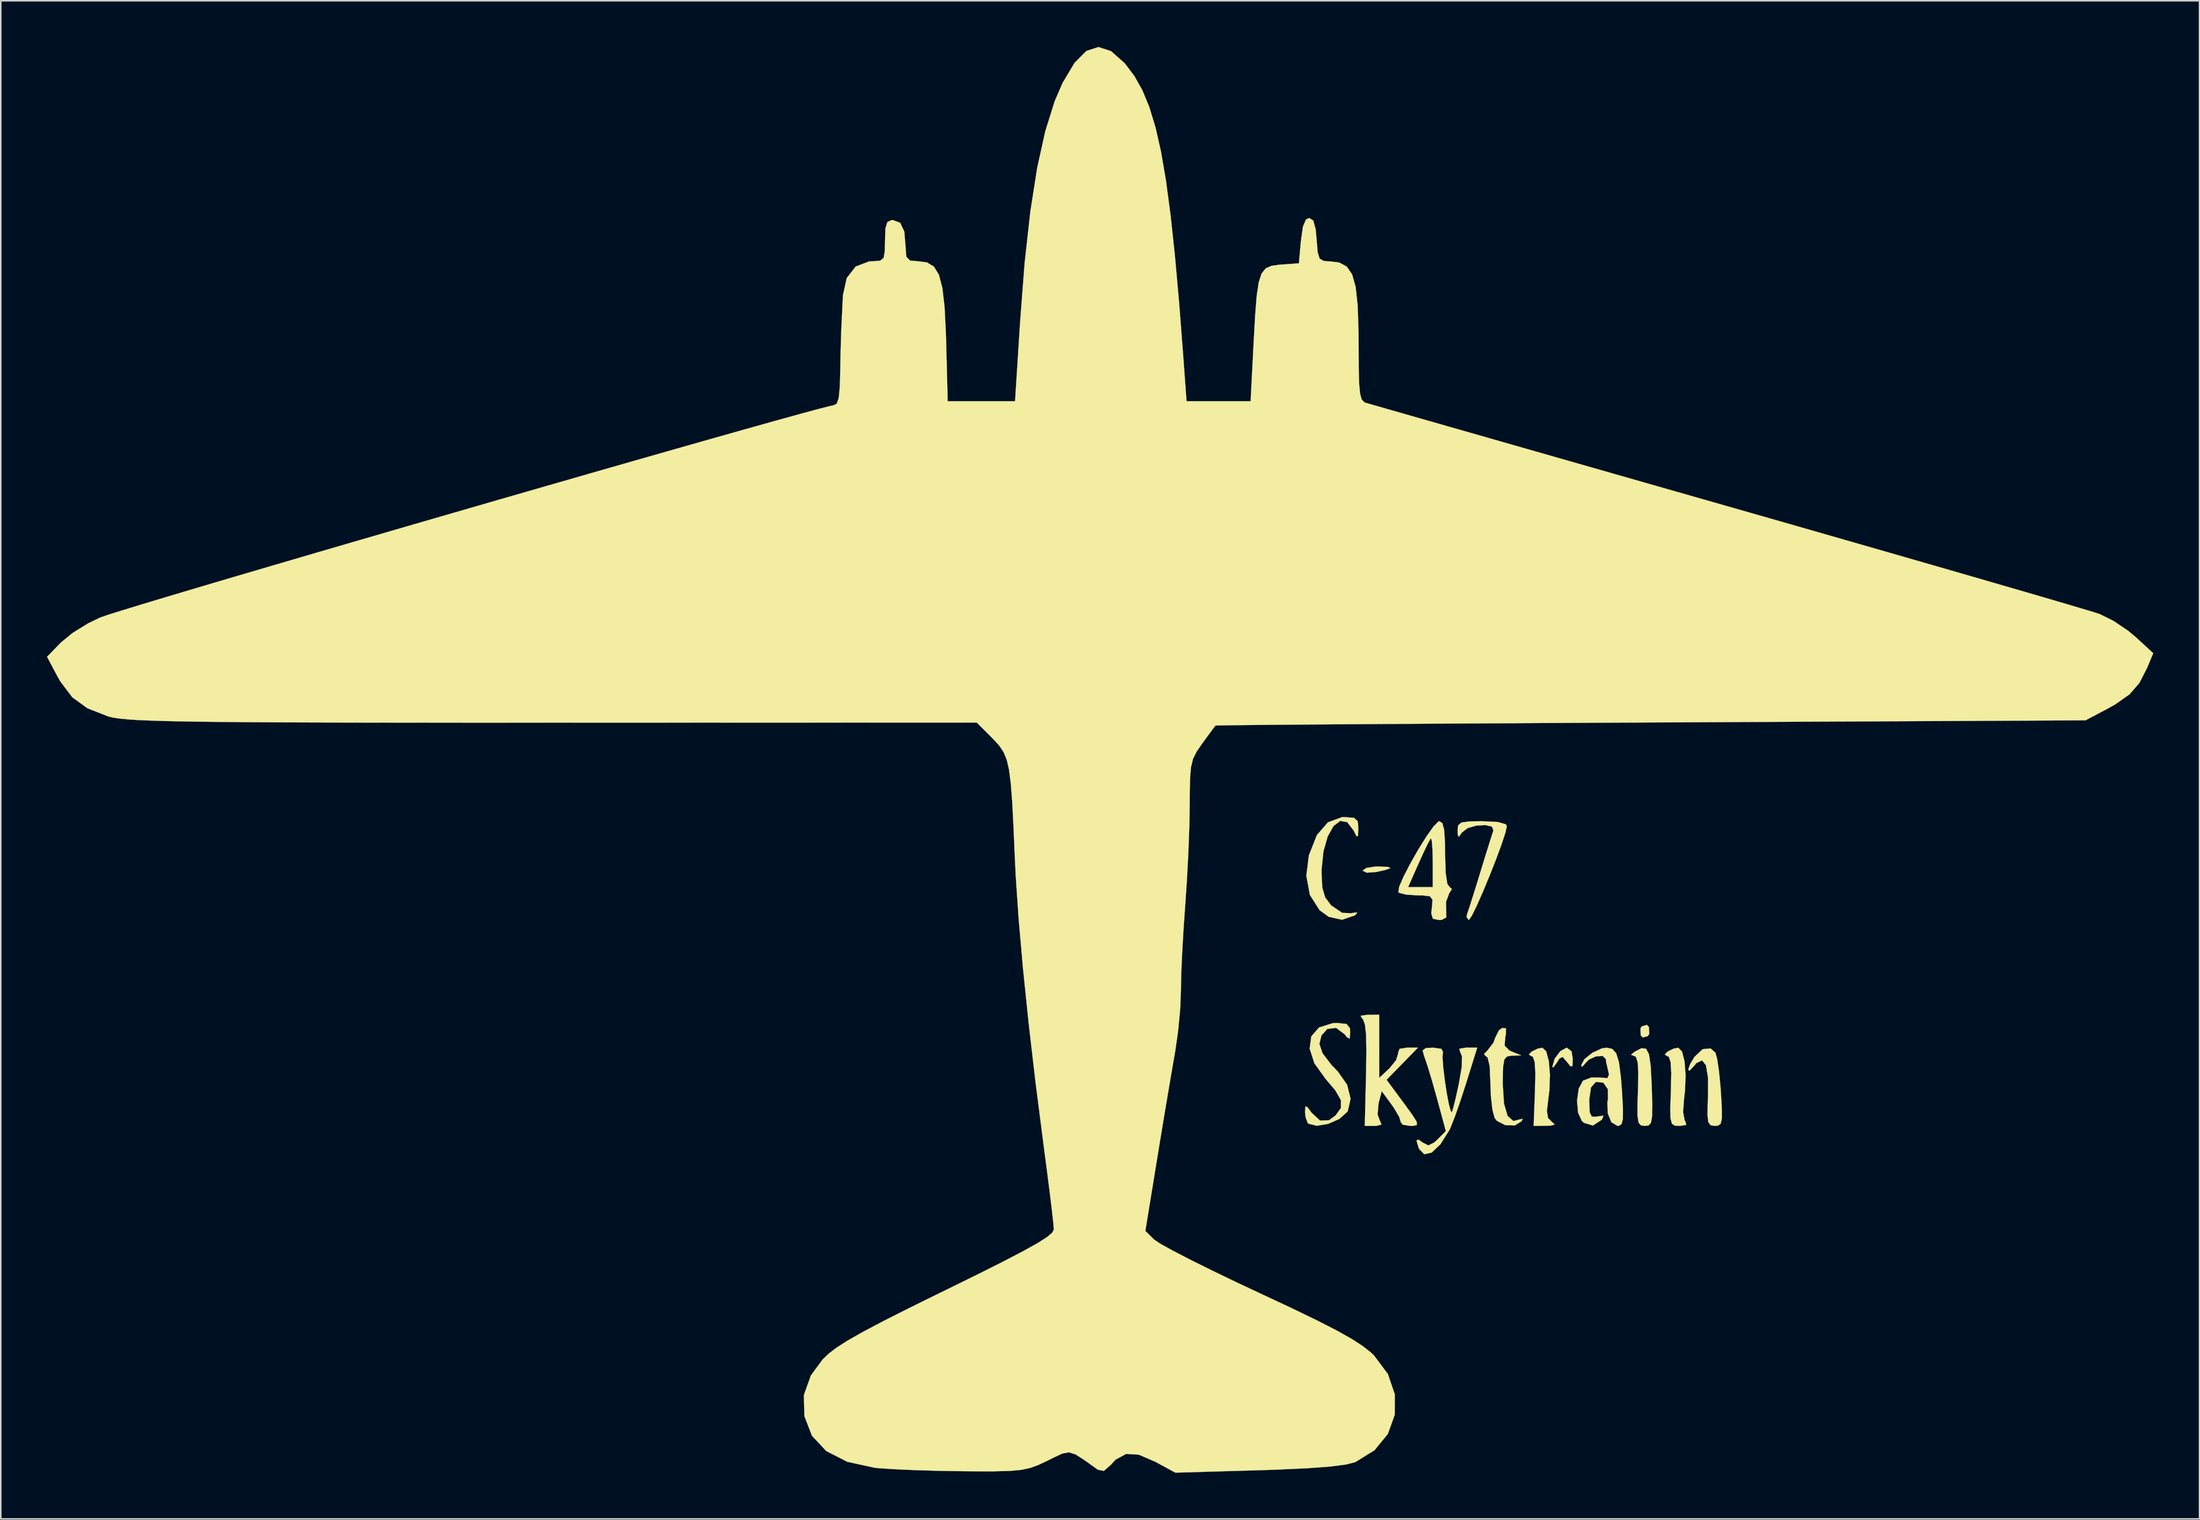
<source format=kicad_pcb>
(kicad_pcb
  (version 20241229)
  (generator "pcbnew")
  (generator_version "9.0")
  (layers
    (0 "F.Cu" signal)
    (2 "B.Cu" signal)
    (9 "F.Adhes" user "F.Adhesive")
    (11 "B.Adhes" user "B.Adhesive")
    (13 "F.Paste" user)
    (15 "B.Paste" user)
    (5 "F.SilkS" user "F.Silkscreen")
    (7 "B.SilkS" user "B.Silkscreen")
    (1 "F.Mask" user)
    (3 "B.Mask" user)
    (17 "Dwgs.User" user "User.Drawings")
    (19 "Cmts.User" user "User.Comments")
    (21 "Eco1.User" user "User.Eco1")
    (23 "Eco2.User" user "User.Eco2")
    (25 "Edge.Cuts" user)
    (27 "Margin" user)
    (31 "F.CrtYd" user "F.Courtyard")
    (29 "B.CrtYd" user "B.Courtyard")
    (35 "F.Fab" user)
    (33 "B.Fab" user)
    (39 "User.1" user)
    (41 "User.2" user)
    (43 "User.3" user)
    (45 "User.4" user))
  (footprint "C-47_95"
    (layer "F.Cu")
    (at 68.307 45.998)
    (property "Reference" "C-47_95" (at 0 0 0) (layer "F.SilkS") (effects (font (size 1.524 1.524) (thickness 0.3))))
    (attr through_hole)
    (fp_poly (pts (xy 35.694 17.646) (xy 35.713 18.09) (xy 35.62 18.228) (xy 35.293 18.324) (xy 35.159 18.181) (xy 35.14 17.738) (xy 35.232 17.6) (xy 35.56 17.504) (xy 35.694 17.646)) (stroke (width 0.01) (type solid)) (fill yes) (layer "F.SilkS"))
    (fp_poly (pts (xy 18.766 7.246) (xy 18.91 7.328) (xy 18.522 7.461) (xy 17.981 7.575) (xy 17.377 7.621) (xy 17.113 7.496) (xy 17.112 7.48) (xy 17.347 7.311) (xy 17.931 7.223) (xy 18.092 7.219) (xy 18.766 7.246)) (stroke (width 0.01) (type solid)) (fill yes) (layer "F.SilkS"))
    (fp_poly (pts (xy 30.667 19.219) (xy 30.747 19.703) (xy 30.723 20.186) (xy 30.592 20.189) (xy 30.384 19.926) (xy 30.089 19.583) (xy 29.883 19.684) (xy 29.724 19.942) (xy 29.493 20.256) (xy 29.419 20.236) (xy 29.57 19.704) (xy 29.94 19.207) (xy 30.351 18.983) (xy 30.356 18.983) (xy 30.667 19.219)) (stroke (width 0.01) (type solid)) (fill yes) (layer "F.SilkS"))
    (fp_poly (pts (xy 29.024 19.226) (xy 29.193 19.861) (xy 29.266 20.755) (xy 29.228 21.773) (xy 29.164 22.268) (xy 29.07 23.09) (xy 29.141 23.551) (xy 29.385 23.797) (xy 29.576 23.972) (xy 29.31 24.046) (xy 29.009 24.056) (xy 28.207 24.064) (xy 28.294 21.791) (xy 28.318 20.632) (xy 28.277 19.922) (xy 28.161 19.579) (xy 28.026 19.514) (xy 27.895 19.422) (xy 28.094 19.229) (xy 28.465 19.048) (xy 28.775 18.987) (xy 29.024 19.226)) (stroke (width 0.01) (type solid)) (fill yes) (layer "F.SilkS"))
    (fp_poly (pts (xy 35.506 19.052) (xy 35.696 19.415) (xy 35.807 20.175) (xy 35.872 21.398) (xy 35.876 21.524) (xy 35.908 22.703) (xy 35.897 23.447) (xy 35.826 23.856) (xy 35.677 24.028) (xy 35.431 24.064) (xy 35.426 24.064) (xy 35.168 24.027) (xy 35.017 23.844) (xy 34.951 23.411) (xy 34.95 22.624) (xy 34.978 21.791) (xy 35.002 20.632) (xy 34.961 19.922) (xy 34.845 19.579) (xy 34.711 19.514) (xy 34.527 19.444) (xy 34.758 19.251) (xy 35.204 19.019) (xy 35.506 19.052)) (stroke (width 0.01) (type solid)) (fill yes) (layer "F.SilkS"))
    (fp_poly (pts (xy 37.838 19.227) (xy 38.002 19.863) (xy 38.072 20.76) (xy 38.034 21.786) (xy 37.977 22.256) (xy 37.909 23.16) (xy 38.015 23.719) (xy 38.064 23.786) (xy 38.113 23.999) (xy 37.686 24.064) (xy 37.369 24.045) (xy 37.181 23.916) (xy 37.093 23.572) (xy 37.08 22.907) (xy 37.116 21.816) (xy 37.117 21.791) (xy 37.141 20.632) (xy 37.1 19.922) (xy 36.984 19.579) (xy 36.85 19.514) (xy 36.718 19.422) (xy 36.917 19.229) (xy 37.288 19.048) (xy 37.597 18.987) (xy 37.838 19.227)) (stroke (width 0.01) (type solid)) (fill yes) (layer "F.SilkS"))
    (fp_poly (pts (xy 40.011 19.315) (xy 40.123 19.723) (xy 40.24 20.515) (xy 40.34 21.54) (xy 40.363 21.855) (xy 40.426 22.937) (xy 40.427 23.593) (xy 40.346 23.928) (xy 40.166 24.049) (xy 39.973 24.064) (xy 39.696 24.021) (xy 39.545 23.815) (xy 39.493 23.333) (xy 39.513 22.461) (xy 39.527 22.162) (xy 39.527 20.917) (xy 39.394 20.124) (xy 39.139 19.807) (xy 38.772 19.985) (xy 38.617 20.171) (xy 38.325 20.482) (xy 38.243 20.41) (xy 38.363 20.059) (xy 38.65 19.577) (xy 39.182 19.08) (xy 39.698 19.034) (xy 40.011 19.315)) (stroke (width 0.01) (type solid)) (fill yes) (layer "F.SilkS"))
    (fp_poly (pts (xy 16.548 4.058) (xy 16.793 4.288) (xy 16.826 4.746) (xy 16.799 5.246) (xy 16.705 5.245) (xy 16.518 4.879) (xy 16.101 4.336) (xy 15.651 4.26) (xy 15.214 4.592) (xy 14.836 5.27) (xy 14.562 6.234) (xy 14.44 7.422) (xy 14.438 7.624) (xy 14.486 8.587) (xy 14.67 9.221) (xy 15.05 9.727) (xy 15.077 9.754) (xy 15.777 10.228) (xy 16.347 10.253) (xy 16.75 10.193) (xy 16.685 10.319) (xy 16.577 10.4) (xy 15.77 10.677) (xy 14.902 10.485) (xy 14.31 10.056) (xy 13.683 9.068) (xy 13.449 7.818) (xy 13.615 6.494) (xy 14.135 5.177) (xy 14.852 4.35) (xy 15.759 4.017) (xy 15.928 4.011) (xy 16.548 4.058)) (stroke (width 0.01) (type solid)) (fill yes) (layer "F.SilkS"))
    (fp_poly (pts (xy 25.873 4.328) (xy 26.397 4.475) (xy 26.469 4.59) (xy 26.375 5.022) (xy 26.125 5.783) (xy 25.766 6.756) (xy 25.345 7.824) (xy 24.911 8.869) (xy 24.511 9.774) (xy 24.192 10.421) (xy 24.003 10.693) (xy 23.994 10.695) (xy 23.849 10.499) (xy 23.891 10.296) (xy 24.034 9.873) (xy 24.287 9.078) (xy 24.606 8.052) (xy 24.758 7.556) (xy 25.087 6.482) (xy 25.367 5.586) (xy 25.554 5.004) (xy 25.598 4.879) (xy 25.498 4.628) (xy 25.066 4.527) (xy 24.479 4.564) (xy 23.916 4.728) (xy 23.554 5.006) (xy 23.55 5.013) (xy 23.344 5.303) (xy 23.276 5.114) (xy 23.269 4.879) (xy 23.308 4.545) (xy 23.519 4.365) (xy 24.026 4.291) (xy 24.865 4.278) (xy 25.873 4.328)) (stroke (width 0.01) (type solid)) (fill yes) (layer "F.SilkS"))
    (fp_poly (pts (xy 26.416 17.732) (xy 26.401 18.141) (xy 26.367 18.286) (xy 26.323 18.852) (xy 26.638 19.169) (xy 26.797 19.24) (xy 27.405 19.484) (xy 26.804 19.501) (xy 26.487 19.549) (xy 26.306 19.747) (xy 26.224 20.216) (xy 26.203 21.071) (xy 26.202 21.357) (xy 26.283 22.612) (xy 26.517 23.417) (xy 26.894 23.747) (xy 27.301 23.644) (xy 27.496 23.6) (xy 27.431 23.754) (xy 26.991 24.032) (xy 26.374 24.017) (xy 25.828 23.739) (xy 25.677 23.546) (xy 25.532 23.016) (xy 25.432 22.151) (xy 25.4 21.273) (xy 25.354 20.186) (xy 25.216 19.616) (xy 25.082 19.518) (xy 24.985 19.397) (xy 25.193 19.184) (xy 25.601 18.654) (xy 25.712 18.337) (xy 25.958 17.849) (xy 26.173 17.7) (xy 26.416 17.732)) (stroke (width 0.01) (type solid)) (fill yes) (layer "F.SilkS"))
    (fp_poly (pts (xy 18.181 20.948) (xy 18.857 20.313) (xy 19.277 19.795) (xy 19.41 19.368) (xy 19.4 19.33) (xy 19.504 19.057) (xy 19.982 18.983) (xy 20.696 18.983) (xy 18.659 21.069) (xy 19.766 22.566) (xy 20.336 23.349) (xy 20.616 23.796) (xy 20.631 24.002) (xy 20.408 24.06) (xy 20.195 24.063) (xy 19.714 23.985) (xy 19.585 23.828) (xy 19.482 23.483) (xy 19.144 22.908) (xy 19 22.701) (xy 18.348 21.81) (xy 18.14 22.586) (xy 18.077 23.335) (xy 18.223 23.713) (xy 18.332 23.976) (xy 17.992 24.062) (xy 17.88 24.064) (xy 17.245 24.064) (xy 17.328 20.68) (xy 17.35 19.173) (xy 17.327 18.128) (xy 17.254 17.472) (xy 17.125 17.134) (xy 17.061 17.074) (xy 16.975 16.909) (xy 17.411 16.849) (xy 17.446 16.848) (xy 18.181 16.844) (xy 18.181 20.948)) (stroke (width 0.01) (type solid)) (fill yes) (layer "F.SilkS"))
    (fp_poly (pts (xy 16.059 17.445) (xy 16.282 17.717) (xy 16.301 17.981) (xy 16.264 18.394) (xy 16.096 18.315) (xy 15.937 18.114) (xy 15.381 17.697) (xy 14.813 17.767) (xy 14.438 18.181) (xy 14.297 18.732) (xy 14.498 19.341) (xy 15.082 20.103) (xy 15.504 20.543) (xy 16.097 21.39) (xy 16.324 22.294) (xy 16.146 23.088) (xy 16.105 23.154) (xy 15.592 23.611) (xy 14.865 23.931) (xy 14.13 24.054) (xy 13.591 23.923) (xy 13.547 23.885) (xy 13.399 23.497) (xy 13.368 23.157) (xy 13.39 22.791) (xy 13.524 22.845) (xy 13.785 23.202) (xy 14.339 23.715) (xy 14.923 23.697) (xy 15.355 23.376) (xy 15.694 22.897) (xy 15.695 22.391) (xy 15.329 21.75) (xy 14.705 21.019) (xy 13.972 19.997) (xy 13.666 19.048) (xy 13.772 18.248) (xy 14.276 17.671) (xy 15.16 17.393) (xy 15.462 17.379) (xy 16.059 17.445)) (stroke (width 0.01) (type solid)) (fill yes) (layer "F.SilkS"))
    (fp_poly (pts (xy 22.277 4.398) (xy 22.395 4.818) (xy 22.45 5.625) (xy 22.459 6.417) (xy 22.496 7.633) (xy 22.605 8.35) (xy 22.759 8.556) (xy 22.901 8.684) (xy 22.728 8.955) (xy 22.518 9.514) (xy 22.524 10.025) (xy 22.537 10.525) (xy 22.232 10.688) (xy 22.067 10.695) (xy 21.665 10.614) (xy 21.561 10.268) (xy 21.6 9.893) (xy 21.641 9.382) (xy 21.472 9.153) (xy 20.958 9.093) (xy 20.633 9.091) (xy 19.922 9.044) (xy 19.475 8.93) (xy 19.423 8.885) (xy 19.473 8.556) (xy 20.059 8.556) (xy 21.657 8.556) (xy 21.657 6.907) (xy 21.639 6.072) (xy 21.591 5.524) (xy 21.532 5.383) (xy 21.366 5.676) (xy 21.059 6.313) (xy 20.733 7.032) (xy 20.059 8.556) (xy 19.473 8.556) (xy 19.474 8.545) (xy 19.754 7.89) (xy 20.189 7.045) (xy 20.706 6.137) (xy 21.232 5.292) (xy 21.694 4.637) (xy 22.02 4.299) (xy 22.081 4.278) (xy 22.277 4.398)) (stroke (width 0.01) (type solid)) (fill yes) (layer "F.SilkS"))
    (fp_poly (pts (xy 23.815 21.323) (xy 23.449 22.449) (xy 23.097 23.45) (xy 22.817 24.163) (xy 22.739 24.331) (xy 22.152 25.259) (xy 21.59 25.795) (xy 21.109 25.904) (xy 20.767 25.554) (xy 20.75 25.512) (xy 20.6 25.012) (xy 20.729 24.948) (xy 21.003 25.145) (xy 21.373 25.33) (xy 21.758 25.138) (xy 21.963 24.946) (xy 22.507 24.401) (xy 21.937 22.294) (xy 21.636 21.222) (xy 21.355 20.286) (xy 21.146 19.661) (xy 21.116 19.585) (xy 20.998 19.165) (xy 21.21 19.006) (xy 21.678 18.983) (xy 22.221 19.058) (xy 22.32 19.258) (xy 22.319 19.261) (xy 22.29 19.591) (xy 22.337 20.245) (xy 22.436 21.073) (xy 22.565 21.926) (xy 22.703 22.654) (xy 22.828 23.108) (xy 22.896 23.18) (xy 22.989 22.896) (xy 23.153 22.231) (xy 23.351 21.329) (xy 23.352 21.324) (xy 23.543 20.215) (xy 23.555 19.54) (xy 23.439 19.268) (xy 23.378 19.054) (xy 23.803 18.983) (xy 23.849 18.983) (xy 24.544 18.983) (xy 23.815 21.323)) (stroke (width 0.01) (type solid)) (fill yes) (layer "F.SilkS"))
    (fp_poly (pts (xy 33.307 19.06) (xy 33.569 19.35) (xy 33.748 19.94) (xy 33.874 20.918) (xy 33.946 21.855) (xy 34.006 22.947) (xy 34 23.61) (xy 33.913 23.946) (xy 33.732 24.058) (xy 33.652 24.063) (xy 33.258 23.83) (xy 33.018 23.251) (xy 32.997 22.508) (xy 33.033 22.317) (xy 33.024 21.675) (xy 32.728 21.253) (xy 32.257 21.204) (xy 32.245 21.208) (xy 31.932 21.563) (xy 31.818 22.348) (xy 31.817 22.482) (xy 31.847 23.177) (xy 31.984 23.462) (xy 32.3 23.464) (xy 32.367 23.447) (xy 32.738 23.395) (xy 32.67 23.598) (xy 32.601 23.683) (xy 32.054 24.04) (xy 31.475 23.865) (xy 31.336 23.742) (xy 31.09 23.2) (xy 31.025 22.417) (xy 31.134 21.643) (xy 31.409 21.127) (xy 31.414 21.123) (xy 31.968 20.917) (xy 32.506 20.924) (xy 32.994 20.962) (xy 33.099 20.734) (xy 33.046 20.488) (xy 32.921 19.945) (xy 32.89 19.718) (xy 32.69 19.52) (xy 32.249 19.549) (xy 31.786 19.761) (xy 31.571 19.986) (xy 31.355 20.231) (xy 31.29 20.135) (xy 31.502 19.731) (xy 32.019 19.315) (xy 32.632 19.031) (xy 32.93 18.983) (xy 33.307 19.06)) (stroke (width 0.01) (type solid)) (fill yes) (layer "F.SilkS"))
    (fp_poly (pts (xy 0.771 -45.728) (xy 1.643 -44.955) (xy 1.715 -44.872) (xy 2.293 -44.101) (xy 2.803 -43.193) (xy 3.254 -42.105) (xy 3.655 -40.793) (xy 4.013 -39.213) (xy 4.338 -37.321) (xy 4.637 -35.074) (xy 4.921 -32.426) (xy 5.196 -29.336) (xy 5.472 -25.758) (xy 5.493 -25.467) (xy 5.672 -22.994) (xy 9.833 -22.994) (xy 10.029 -26.804) (xy 10.126 -28.543) (xy 10.226 -29.822) (xy 10.357 -30.712) (xy 10.545 -31.288) (xy 10.814 -31.622) (xy 11.19 -31.788) (xy 11.701 -31.859) (xy 11.818 -31.868) (xy 12.967 -31.951) (xy 13.101 -33.421) (xy 13.232 -34.337) (xy 13.429 -34.798) (xy 13.636 -34.892) (xy 13.897 -34.729) (xy 14.053 -34.183) (xy 14.118 -33.488) (xy 14.185 -32.67) (xy 14.315 -32.252) (xy 14.585 -32.1) (xy 14.92 -32.08) (xy 15.579 -32.004) (xy 16.073 -31.741) (xy 16.424 -31.229) (xy 16.654 -30.404) (xy 16.784 -29.204) (xy 16.839 -27.563) (xy 16.844 -26.604) (xy 16.851 -25.145) (xy 16.879 -24.135) (xy 16.939 -23.488) (xy 17.041 -23.118) (xy 17.197 -22.938) (xy 17.312 -22.889) (xy 17.633 -22.797) (xy 18.431 -22.568) (xy 19.669 -22.213) (xy 21.308 -21.744) (xy 23.312 -21.171) (xy 25.644 -20.504) (xy 28.265 -19.754) (xy 31.138 -18.933) (xy 34.227 -18.05) (xy 37.493 -17.116) (xy 40.774 -16.179) (xy 44.196 -15.2) (xy 47.49 -14.255) (xy 50.618 -13.357) (xy 53.541 -12.515) (xy 56.218 -11.742) (xy 58.612 -11.048) (xy 60.684 -10.446) (xy 62.394 -9.945) (xy 63.704 -9.558) (xy 64.575 -9.296) (xy 64.955 -9.174) (xy 65.852 -8.729) (xy 66.82 -8.075) (xy 67.287 -7.685) (xy 68.431 -6.63) (xy 68.027 -5.664) (xy 67.531 -4.696) (xy 66.891 -3.96) (xy 65.956 -3.303) (xy 65.372 -2.979) (xy 64.035 -2.273) (xy 35.827 -2.134) (xy 31.991 -2.115) (xy 28.308 -2.095) (xy 24.811 -2.075) (xy 21.538 -2.055) (xy 18.522 -2.036) (xy 15.798 -2.017) (xy 13.402 -2) (xy 11.368 -1.983) (xy 9.732 -1.968) (xy 8.527 -1.954) (xy 7.79 -1.943) (xy 7.555 -1.934) (xy 7.374 -1.7) (xy 6.984 -1.172) (xy 6.686 -0.762) (xy 6.327 -0.239) (xy 6.094 0.229) (xy 5.961 0.777) (xy 5.899 1.54) (xy 5.881 2.652) (xy 5.88 3.182) (xy 5.856 4.588) (xy 5.792 6.307) (xy 5.697 8.117) (xy 5.586 9.759) (xy 5.477 11.308) (xy 5.389 12.845) (xy 5.329 14.202) (xy 5.307 15.212) (xy 5.308 15.3) (xy 5.261 16.481) (xy 5.128 17.891) (xy 4.936 19.237) (xy 4.923 19.311) (xy 4.743 20.339) (xy 4.503 21.75) (xy 4.226 23.396) (xy 3.938 25.132) (xy 3.763 26.202) (xy 3 30.881) (xy 3.572 31.447) (xy 3.965 31.711) (xy 4.773 32.159) (xy 5.924 32.755) (xy 7.345 33.46) (xy 8.964 34.24) (xy 10.421 34.923) (xy 12.505 35.899) (xy 14.157 36.7) (xy 15.439 37.356) (xy 16.41 37.903) (xy 17.132 38.372) (xy 17.665 38.796) (xy 17.824 38.945) (xy 18.744 40.172) (xy 19.194 41.495) (xy 19.19 42.822) (xy 18.746 44.062) (xy 17.88 45.121) (xy 16.638 45.892) (xy 16.025 46.052) (xy 14.977 46.186) (xy 13.464 46.297) (xy 11.458 46.388) (xy 10.355 46.423) (xy 4.946 46.58) (xy 3.646 45.874) (xy 2.576 45.412) (xy 1.751 45.362) (xy 1.069 45.734) (xy 0.746 46.083) (xy 0.308 46.466) (xy -0.085 46.388) (xy -0.963 45.759) (xy -1.54 45.391) (xy -1.965 45.26) (xy -2.386 45.338) (xy -2.952 45.6) (xy -3.37 45.809) (xy -3.954 46.083) (xy -4.478 46.275) (xy -5.051 46.398) (xy -5.783 46.466) (xy -6.783 46.493) (xy -8.162 46.492) (xy -8.896 46.486) (xy -10.473 46.46) (xy -12.004 46.414) (xy -13.342 46.354) (xy -14.341 46.286) (xy -14.572 46.263) (xy -16.351 45.875) (xy -17.714 45.178) (xy -18.647 44.183) (xy -19.136 42.906) (xy -19.169 41.54) (xy -18.715 40.267) (xy -17.953 39.231) (xy -17.57 38.86) (xy -17.044 38.459) (xy -16.32 37.996) (xy -15.343 37.441) (xy -14.056 36.761) (xy -12.403 35.925) (xy -10.329 34.902) (xy -9.959 34.722) (xy -7.847 33.683) (xy -6.176 32.844) (xy -4.905 32.18) (xy -3.989 31.668) (xy -3.385 31.282) (xy -3.051 30.999) (xy -2.941 30.794) (xy -2.941 30.784) (xy -2.976 30.365) (xy -3.071 29.51) (xy -3.217 28.314) (xy -3.401 26.87) (xy -3.6 25.364) (xy -4.119 21.321) (xy -4.568 17.472) (xy -4.939 13.891) (xy -5.224 10.652) (xy -5.416 7.829) (xy -5.472 6.684) (xy -5.56 4.628) (xy -5.643 3.032) (xy -5.736 1.823) (xy -5.852 0.927) (xy -6.006 0.269) (xy -6.212 -0.224) (xy -6.482 -0.626) (xy -6.832 -1.012) (xy -6.942 -1.123) (xy -7.949 -2.13) (xy -35.457 -2.122) (xy -39.961 -2.121) (xy -43.961 -2.122) (xy -47.489 -2.126) (xy -50.575 -2.133) (xy -53.251 -2.142) (xy -55.548 -2.156) (xy -57.497 -2.173) (xy -59.129 -2.196) (xy -60.475 -2.223) (xy -61.567 -2.256) (xy -62.435 -2.294) (xy -63.111 -2.339) (xy -63.626 -2.391) (xy -64.01 -2.449) (xy -64.296 -2.516) (xy -64.332 -2.527) (xy -65.682 -3.056) (xy -66.664 -3.769) (xy -67.442 -4.8) (xy -67.66 -5.188) (xy -68.302 -6.398) (xy -67.399 -7.33) (xy -66.647 -7.945) (xy -65.642 -8.567) (xy -64.864 -8.945) (xy -64.403 -9.106) (xy -63.483 -9.396) (xy -62.15 -9.804) (xy -60.449 -10.316) (xy -58.423 -10.92) (xy -56.117 -11.602) (xy -53.575 -12.349) (xy -50.843 -13.15) (xy -47.965 -13.99) (xy -44.985 -14.857) (xy -41.948 -15.738) (xy -38.897 -16.621) (xy -35.879 -17.492) (xy -32.937 -18.338) (xy -30.116 -19.147) (xy -27.46 -19.905) (xy -25.014 -20.601) (xy -22.822 -21.22) (xy -20.929 -21.75) (xy -19.38 -22.178) (xy -18.219 -22.492) (xy -17.49 -22.678) (xy -17.247 -22.726) (xy -17.035 -22.833) (xy -16.905 -23.215) (xy -16.835 -23.968) (xy -16.812 -24.798) (xy -16.79 -25.945) (xy -16.762 -27.008) (xy -16.735 -27.771) (xy -16.734 -27.806) (xy -16.69 -28.715) (xy -16.64 -29.729) (xy -16.633 -29.878) (xy -16.387 -30.993) (xy -15.806 -31.741) (xy -14.934 -32.072) (xy -14.705 -32.084) (xy -14.23 -32.113) (xy -13.994 -32.293) (xy -13.912 -32.761) (xy -13.903 -33.421) (xy -13.873 -34.227) (xy -13.75 -34.628) (xy -13.485 -34.754) (xy -13.397 -34.758) (xy -12.916 -34.58) (xy -12.648 -34.008) (xy -12.566 -32.998) (xy -12.519 -32.379) (xy -12.281 -32.129) (xy -11.77 -32.084) (xy -11.174 -32.007) (xy -10.724 -31.732) (xy -10.399 -31.197) (xy -10.176 -30.336) (xy -10.033 -29.087) (xy -9.949 -27.386) (xy -9.932 -26.819) (xy -9.833 -22.994) (xy -5.459 -22.994) (xy -5.131 -28.153) (xy -4.836 -31.984) (xy -4.468 -35.308) (xy -4.023 -38.15) (xy -3.496 -40.534) (xy -2.885 -42.484) (xy -2.372 -43.667) (xy -1.596 -44.968) (xy -0.827 -45.741) (xy -0.045 -45.993) (xy 0.771 -45.728)) (stroke (width 0.01) (type solid)) (fill yes) (layer "F.SilkS")))
  (gr_rect
    (start -3 -3)
    (end 139.743 95.583)
    (stroke (width 0.1) (type default))
    (fill no)
    (layer "Edge.Cuts")))
</source>
